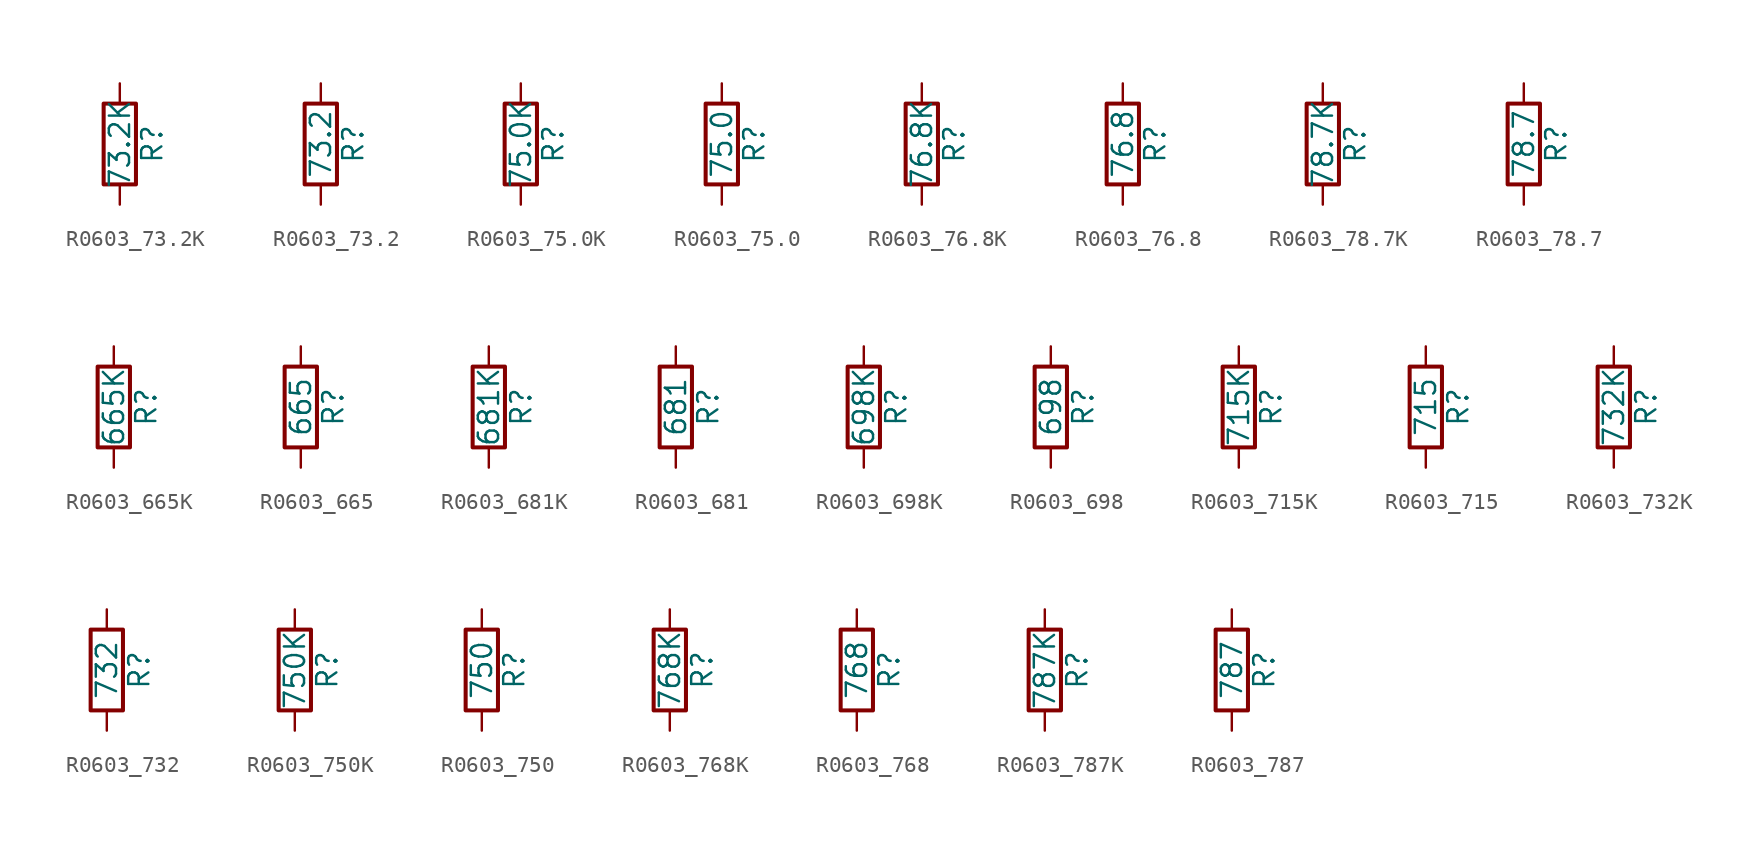
<source format=kicad_sym>
(kicad_symbol_lib
  (version 20211014)
  (generator atlantix-eda)
  (symbol "R0603_73.2K"
    (pin_numbers hide)
    (pin_names
      (offset 0))
    (property "Reference" "R"
      (at 2.032 0 90)
      (effects (font (size 1.27 1.27))))
    (property "Value" "73.2K"
      (at 0 0 90)
      (effects (font (size 1.27 1.27))))
    (symbol "R0603_73.2K_0_1"
      (rectangle (start -1.016 -2.54) (end 1.016 2.54) (stroke (width 0.254) (type default) (color 0 0 0 0)) (fill (type none))))
    (symbol "R0603_73.2K_1_1"
      (pin passive line (at 0 3.81 270) (length 1.27) (name "~" (effects (font (size 1.27 1.27)))) (number "1" (effects (font (size 1.27 1.27)))))
      (pin passive line (at 0 -3.81 90) (length 1.27) (name "~" (effects (font (size 1.27 1.27)))) (number "2" (effects (font (size 1.27 1.27)))))))
  (symbol "R0603_73.2"
    (pin_numbers hide)
    (pin_names
      (offset 0))
    (property "Reference" "R"
      (at 2.032 0 90)
      (effects (font (size 1.27 1.27))))
    (property "Value" "73.2"
      (at 0 0 90)
      (effects (font (size 1.27 1.27))))
    (symbol "R0603_73.2_0_1"
      (rectangle (start -1.016 -2.54) (end 1.016 2.54) (stroke (width 0.254) (type default) (color 0 0 0 0)) (fill (type none))))
    (symbol "R0603_73.2_1_1"
      (pin passive line (at 0 3.81 270) (length 1.27) (name "~" (effects (font (size 1.27 1.27)))) (number "1" (effects (font (size 1.27 1.27)))))
      (pin passive line (at 0 -3.81 90) (length 1.27) (name "~" (effects (font (size 1.27 1.27)))) (number "2" (effects (font (size 1.27 1.27)))))))
  (symbol "R0603_75.0K"
    (pin_numbers hide)
    (pin_names
      (offset 0))
    (property "Reference" "R"
      (at 2.032 0 90)
      (effects (font (size 1.27 1.27))))
    (property "Value" "75.0K"
      (at 0 0 90)
      (effects (font (size 1.27 1.27))))
    (symbol "R0603_75.0K_0_1"
      (rectangle (start -1.016 -2.54) (end 1.016 2.54) (stroke (width 0.254) (type default) (color 0 0 0 0)) (fill (type none))))
    (symbol "R0603_75.0K_1_1"
      (pin passive line (at 0 3.81 270) (length 1.27) (name "~" (effects (font (size 1.27 1.27)))) (number "1" (effects (font (size 1.27 1.27)))))
      (pin passive line (at 0 -3.81 90) (length 1.27) (name "~" (effects (font (size 1.27 1.27)))) (number "2" (effects (font (size 1.27 1.27)))))))
  (symbol "R0603_75.0"
    (pin_numbers hide)
    (pin_names
      (offset 0))
    (property "Reference" "R"
      (at 2.032 0 90)
      (effects (font (size 1.27 1.27))))
    (property "Value" "75.0"
      (at 0 0 90)
      (effects (font (size 1.27 1.27))))
    (symbol "R0603_75.0_0_1"
      (rectangle (start -1.016 -2.54) (end 1.016 2.54) (stroke (width 0.254) (type default) (color 0 0 0 0)) (fill (type none))))
    (symbol "R0603_75.0_1_1"
      (pin passive line (at 0 3.81 270) (length 1.27) (name "~" (effects (font (size 1.27 1.27)))) (number "1" (effects (font (size 1.27 1.27)))))
      (pin passive line (at 0 -3.81 90) (length 1.27) (name "~" (effects (font (size 1.27 1.27)))) (number "2" (effects (font (size 1.27 1.27)))))))
  (symbol "R0603_76.8K"
    (pin_numbers hide)
    (pin_names
      (offset 0))
    (property "Reference" "R"
      (at 2.032 0 90)
      (effects (font (size 1.27 1.27))))
    (property "Value" "76.8K"
      (at 0 0 90)
      (effects (font (size 1.27 1.27))))
    (symbol "R0603_76.8K_0_1"
      (rectangle (start -1.016 -2.54) (end 1.016 2.54) (stroke (width 0.254) (type default) (color 0 0 0 0)) (fill (type none))))
    (symbol "R0603_76.8K_1_1"
      (pin passive line (at 0 3.81 270) (length 1.27) (name "~" (effects (font (size 1.27 1.27)))) (number "1" (effects (font (size 1.27 1.27)))))
      (pin passive line (at 0 -3.81 90) (length 1.27) (name "~" (effects (font (size 1.27 1.27)))) (number "2" (effects (font (size 1.27 1.27)))))))
  (symbol "R0603_76.8"
    (pin_numbers hide)
    (pin_names
      (offset 0))
    (property "Reference" "R"
      (at 2.032 0 90)
      (effects (font (size 1.27 1.27))))
    (property "Value" "76.8"
      (at 0 0 90)
      (effects (font (size 1.27 1.27))))
    (symbol "R0603_76.8_0_1"
      (rectangle (start -1.016 -2.54) (end 1.016 2.54) (stroke (width 0.254) (type default) (color 0 0 0 0)) (fill (type none))))
    (symbol "R0603_76.8_1_1"
      (pin passive line (at 0 3.81 270) (length 1.27) (name "~" (effects (font (size 1.27 1.27)))) (number "1" (effects (font (size 1.27 1.27)))))
      (pin passive line (at 0 -3.81 90) (length 1.27) (name "~" (effects (font (size 1.27 1.27)))) (number "2" (effects (font (size 1.27 1.27)))))))
  (symbol "R0603_78.7K"
    (pin_numbers hide)
    (pin_names
      (offset 0))
    (property "Reference" "R"
      (at 2.032 0 90)
      (effects (font (size 1.27 1.27))))
    (property "Value" "78.7K"
      (at 0 0 90)
      (effects (font (size 1.27 1.27))))
    (symbol "R0603_78.7K_0_1"
      (rectangle (start -1.016 -2.54) (end 1.016 2.54) (stroke (width 0.254) (type default) (color 0 0 0 0)) (fill (type none))))
    (symbol "R0603_78.7K_1_1"
      (pin passive line (at 0 3.81 270) (length 1.27) (name "~" (effects (font (size 1.27 1.27)))) (number "1" (effects (font (size 1.27 1.27)))))
      (pin passive line (at 0 -3.81 90) (length 1.27) (name "~" (effects (font (size 1.27 1.27)))) (number "2" (effects (font (size 1.27 1.27)))))))
  (symbol "R0603_78.7"
    (pin_numbers hide)
    (pin_names
      (offset 0))
    (property "Reference" "R"
      (at 2.032 0 90)
      (effects (font (size 1.27 1.27))))
    (property "Value" "78.7"
      (at 0 0 90)
      (effects (font (size 1.27 1.27))))
    (symbol "R0603_78.7_0_1"
      (rectangle (start -1.016 -2.54) (end 1.016 2.54) (stroke (width 0.254) (type default) (color 0 0 0 0)) (fill (type none))))
    (symbol "R0603_78.7_1_1"
      (pin passive line (at 0 3.81 270) (length 1.27) (name "~" (effects (font (size 1.27 1.27)))) (number "1" (effects (font (size 1.27 1.27)))))
      (pin passive line (at 0 -3.81 90) (length 1.27) (name "~" (effects (font (size 1.27 1.27)))) (number "2" (effects (font (size 1.27 1.27)))))))
  (symbol "R0603_665K"
    (pin_numbers hide)
    (pin_names
      (offset 0))
    (property "Reference" "R"
      (at 2.032 0 90)
      (effects (font (size 1.27 1.27))))
    (property "Value" "665K"
      (at 0 0 90)
      (effects (font (size 1.27 1.27))))
    (symbol "R0603_665K_0_1"
      (rectangle (start -1.016 -2.54) (end 1.016 2.54) (stroke (width 0.254) (type default) (color 0 0 0 0)) (fill (type none))))
    (symbol "R0603_665K_1_1"
      (pin passive line (at 0 3.81 270) (length 1.27) (name "~" (effects (font (size 1.27 1.27)))) (number "1" (effects (font (size 1.27 1.27)))))
      (pin passive line (at 0 -3.81 90) (length 1.27) (name "~" (effects (font (size 1.27 1.27)))) (number "2" (effects (font (size 1.27 1.27)))))))
  (symbol "R0603_665"
    (pin_numbers hide)
    (pin_names
      (offset 0))
    (property "Reference" "R"
      (at 2.032 0 90)
      (effects (font (size 1.27 1.27))))
    (property "Value" "665"
      (at 0 0 90)
      (effects (font (size 1.27 1.27))))
    (symbol "R0603_665_0_1"
      (rectangle (start -1.016 -2.54) (end 1.016 2.54) (stroke (width 0.254) (type default) (color 0 0 0 0)) (fill (type none))))
    (symbol "R0603_665_1_1"
      (pin passive line (at 0 3.81 270) (length 1.27) (name "~" (effects (font (size 1.27 1.27)))) (number "1" (effects (font (size 1.27 1.27)))))
      (pin passive line (at 0 -3.81 90) (length 1.27) (name "~" (effects (font (size 1.27 1.27)))) (number "2" (effects (font (size 1.27 1.27)))))))
  (symbol "R0603_681K"
    (pin_numbers hide)
    (pin_names
      (offset 0))
    (property "Reference" "R"
      (at 2.032 0 90)
      (effects (font (size 1.27 1.27))))
    (property "Value" "681K"
      (at 0 0 90)
      (effects (font (size 1.27 1.27))))
    (symbol "R0603_681K_0_1"
      (rectangle (start -1.016 -2.54) (end 1.016 2.54) (stroke (width 0.254) (type default) (color 0 0 0 0)) (fill (type none))))
    (symbol "R0603_681K_1_1"
      (pin passive line (at 0 3.81 270) (length 1.27) (name "~" (effects (font (size 1.27 1.27)))) (number "1" (effects (font (size 1.27 1.27)))))
      (pin passive line (at 0 -3.81 90) (length 1.27) (name "~" (effects (font (size 1.27 1.27)))) (number "2" (effects (font (size 1.27 1.27)))))))
  (symbol "R0603_681"
    (pin_numbers hide)
    (pin_names
      (offset 0))
    (property "Reference" "R"
      (at 2.032 0 90)
      (effects (font (size 1.27 1.27))))
    (property "Value" "681"
      (at 0 0 90)
      (effects (font (size 1.27 1.27))))
    (symbol "R0603_681_0_1"
      (rectangle (start -1.016 -2.54) (end 1.016 2.54) (stroke (width 0.254) (type default) (color 0 0 0 0)) (fill (type none))))
    (symbol "R0603_681_1_1"
      (pin passive line (at 0 3.81 270) (length 1.27) (name "~" (effects (font (size 1.27 1.27)))) (number "1" (effects (font (size 1.27 1.27)))))
      (pin passive line (at 0 -3.81 90) (length 1.27) (name "~" (effects (font (size 1.27 1.27)))) (number "2" (effects (font (size 1.27 1.27)))))))
  (symbol "R0603_698K"
    (pin_numbers hide)
    (pin_names
      (offset 0))
    (property "Reference" "R"
      (at 2.032 0 90)
      (effects (font (size 1.27 1.27))))
    (property "Value" "698K"
      (at 0 0 90)
      (effects (font (size 1.27 1.27))))
    (symbol "R0603_698K_0_1"
      (rectangle (start -1.016 -2.54) (end 1.016 2.54) (stroke (width 0.254) (type default) (color 0 0 0 0)) (fill (type none))))
    (symbol "R0603_698K_1_1"
      (pin passive line (at 0 3.81 270) (length 1.27) (name "~" (effects (font (size 1.27 1.27)))) (number "1" (effects (font (size 1.27 1.27)))))
      (pin passive line (at 0 -3.81 90) (length 1.27) (name "~" (effects (font (size 1.27 1.27)))) (number "2" (effects (font (size 1.27 1.27)))))))
  (symbol "R0603_698"
    (pin_numbers hide)
    (pin_names
      (offset 0))
    (property "Reference" "R"
      (at 2.032 0 90)
      (effects (font (size 1.27 1.27))))
    (property "Value" "698"
      (at 0 0 90)
      (effects (font (size 1.27 1.27))))
    (symbol "R0603_698_0_1"
      (rectangle (start -1.016 -2.54) (end 1.016 2.54) (stroke (width 0.254) (type default) (color 0 0 0 0)) (fill (type none))))
    (symbol "R0603_698_1_1"
      (pin passive line (at 0 3.81 270) (length 1.27) (name "~" (effects (font (size 1.27 1.27)))) (number "1" (effects (font (size 1.27 1.27)))))
      (pin passive line (at 0 -3.81 90) (length 1.27) (name "~" (effects (font (size 1.27 1.27)))) (number "2" (effects (font (size 1.27 1.27)))))))
  (symbol "R0603_715K"
    (pin_numbers hide)
    (pin_names
      (offset 0))
    (property "Reference" "R"
      (at 2.032 0 90)
      (effects (font (size 1.27 1.27))))
    (property "Value" "715K"
      (at 0 0 90)
      (effects (font (size 1.27 1.27))))
    (symbol "R0603_715K_0_1"
      (rectangle (start -1.016 -2.54) (end 1.016 2.54) (stroke (width 0.254) (type default) (color 0 0 0 0)) (fill (type none))))
    (symbol "R0603_715K_1_1"
      (pin passive line (at 0 3.81 270) (length 1.27) (name "~" (effects (font (size 1.27 1.27)))) (number "1" (effects (font (size 1.27 1.27)))))
      (pin passive line (at 0 -3.81 90) (length 1.27) (name "~" (effects (font (size 1.27 1.27)))) (number "2" (effects (font (size 1.27 1.27)))))))
  (symbol "R0603_715"
    (pin_numbers hide)
    (pin_names
      (offset 0))
    (property "Reference" "R"
      (at 2.032 0 90)
      (effects (font (size 1.27 1.27))))
    (property "Value" "715"
      (at 0 0 90)
      (effects (font (size 1.27 1.27))))
    (symbol "R0603_715_0_1"
      (rectangle (start -1.016 -2.54) (end 1.016 2.54) (stroke (width 0.254) (type default) (color 0 0 0 0)) (fill (type none))))
    (symbol "R0603_715_1_1"
      (pin passive line (at 0 3.81 270) (length 1.27) (name "~" (effects (font (size 1.27 1.27)))) (number "1" (effects (font (size 1.27 1.27)))))
      (pin passive line (at 0 -3.81 90) (length 1.27) (name "~" (effects (font (size 1.27 1.27)))) (number "2" (effects (font (size 1.27 1.27)))))))
  (symbol "R0603_732K"
    (pin_numbers hide)
    (pin_names
      (offset 0))
    (property "Reference" "R"
      (at 2.032 0 90)
      (effects (font (size 1.27 1.27))))
    (property "Value" "732K"
      (at 0 0 90)
      (effects (font (size 1.27 1.27))))
    (symbol "R0603_732K_0_1"
      (rectangle (start -1.016 -2.54) (end 1.016 2.54) (stroke (width 0.254) (type default) (color 0 0 0 0)) (fill (type none))))
    (symbol "R0603_732K_1_1"
      (pin passive line (at 0 3.81 270) (length 1.27) (name "~" (effects (font (size 1.27 1.27)))) (number "1" (effects (font (size 1.27 1.27)))))
      (pin passive line (at 0 -3.81 90) (length 1.27) (name "~" (effects (font (size 1.27 1.27)))) (number "2" (effects (font (size 1.27 1.27)))))))
  (symbol "R0603_732"
    (pin_numbers hide)
    (pin_names
      (offset 0))
    (property "Reference" "R"
      (at 2.032 0 90)
      (effects (font (size 1.27 1.27))))
    (property "Value" "732"
      (at 0 0 90)
      (effects (font (size 1.27 1.27))))
    (symbol "R0603_732_0_1"
      (rectangle (start -1.016 -2.54) (end 1.016 2.54) (stroke (width 0.254) (type default) (color 0 0 0 0)) (fill (type none))))
    (symbol "R0603_732_1_1"
      (pin passive line (at 0 3.81 270) (length 1.27) (name "~" (effects (font (size 1.27 1.27)))) (number "1" (effects (font (size 1.27 1.27)))))
      (pin passive line (at 0 -3.81 90) (length 1.27) (name "~" (effects (font (size 1.27 1.27)))) (number "2" (effects (font (size 1.27 1.27)))))))
  (symbol "R0603_750K"
    (pin_numbers hide)
    (pin_names
      (offset 0))
    (property "Reference" "R"
      (at 2.032 0 90)
      (effects (font (size 1.27 1.27))))
    (property "Value" "750K"
      (at 0 0 90)
      (effects (font (size 1.27 1.27))))
    (symbol "R0603_750K_0_1"
      (rectangle (start -1.016 -2.54) (end 1.016 2.54) (stroke (width 0.254) (type default) (color 0 0 0 0)) (fill (type none))))
    (symbol "R0603_750K_1_1"
      (pin passive line (at 0 3.81 270) (length 1.27) (name "~" (effects (font (size 1.27 1.27)))) (number "1" (effects (font (size 1.27 1.27)))))
      (pin passive line (at 0 -3.81 90) (length 1.27) (name "~" (effects (font (size 1.27 1.27)))) (number "2" (effects (font (size 1.27 1.27)))))))
  (symbol "R0603_750"
    (pin_numbers hide)
    (pin_names
      (offset 0))
    (property "Reference" "R"
      (at 2.032 0 90)
      (effects (font (size 1.27 1.27))))
    (property "Value" "750"
      (at 0 0 90)
      (effects (font (size 1.27 1.27))))
    (symbol "R0603_750_0_1"
      (rectangle (start -1.016 -2.54) (end 1.016 2.54) (stroke (width 0.254) (type default) (color 0 0 0 0)) (fill (type none))))
    (symbol "R0603_750_1_1"
      (pin passive line (at 0 3.81 270) (length 1.27) (name "~" (effects (font (size 1.27 1.27)))) (number "1" (effects (font (size 1.27 1.27)))))
      (pin passive line (at 0 -3.81 90) (length 1.27) (name "~" (effects (font (size 1.27 1.27)))) (number "2" (effects (font (size 1.27 1.27)))))))
  (symbol "R0603_768K"
    (pin_numbers hide)
    (pin_names
      (offset 0))
    (property "Reference" "R"
      (at 2.032 0 90)
      (effects (font (size 1.27 1.27))))
    (property "Value" "768K"
      (at 0 0 90)
      (effects (font (size 1.27 1.27))))
    (symbol "R0603_768K_0_1"
      (rectangle (start -1.016 -2.54) (end 1.016 2.54) (stroke (width 0.254) (type default) (color 0 0 0 0)) (fill (type none))))
    (symbol "R0603_768K_1_1"
      (pin passive line (at 0 3.81 270) (length 1.27) (name "~" (effects (font (size 1.27 1.27)))) (number "1" (effects (font (size 1.27 1.27)))))
      (pin passive line (at 0 -3.81 90) (length 1.27) (name "~" (effects (font (size 1.27 1.27)))) (number "2" (effects (font (size 1.27 1.27)))))))
  (symbol "R0603_768"
    (pin_numbers hide)
    (pin_names
      (offset 0))
    (property "Reference" "R"
      (at 2.032 0 90)
      (effects (font (size 1.27 1.27))))
    (property "Value" "768"
      (at 0 0 90)
      (effects (font (size 1.27 1.27))))
    (symbol "R0603_768_0_1"
      (rectangle (start -1.016 -2.54) (end 1.016 2.54) (stroke (width 0.254) (type default) (color 0 0 0 0)) (fill (type none))))
    (symbol "R0603_768_1_1"
      (pin passive line (at 0 3.81 270) (length 1.27) (name "~" (effects (font (size 1.27 1.27)))) (number "1" (effects (font (size 1.27 1.27)))))
      (pin passive line (at 0 -3.81 90) (length 1.27) (name "~" (effects (font (size 1.27 1.27)))) (number "2" (effects (font (size 1.27 1.27)))))))
  (symbol "R0603_787K"
    (pin_numbers hide)
    (pin_names
      (offset 0))
    (property "Reference" "R"
      (at 2.032 0 90)
      (effects (font (size 1.27 1.27))))
    (property "Value" "787K"
      (at 0 0 90)
      (effects (font (size 1.27 1.27))))
    (symbol "R0603_787K_0_1"
      (rectangle (start -1.016 -2.54) (end 1.016 2.54) (stroke (width 0.254) (type default) (color 0 0 0 0)) (fill (type none))))
    (symbol "R0603_787K_1_1"
      (pin passive line (at 0 3.81 270) (length 1.27) (name "~" (effects (font (size 1.27 1.27)))) (number "1" (effects (font (size 1.27 1.27)))))
      (pin passive line (at 0 -3.81 90) (length 1.27) (name "~" (effects (font (size 1.27 1.27)))) (number "2" (effects (font (size 1.27 1.27)))))))
  (symbol "R0603_787"
    (pin_numbers hide)
    (pin_names
      (offset 0))
    (property "Reference" "R"
      (at 2.032 0 90)
      (effects (font (size 1.27 1.27))))
    (property "Value" "787"
      (at 0 0 90)
      (effects (font (size 1.27 1.27))))
    (symbol "R0603_787_0_1"
      (rectangle (start -1.016 -2.54) (end 1.016 2.54) (stroke (width 0.254) (type default) (color 0 0 0 0)) (fill (type none))))
    (symbol "R0603_787_1_1"
      (pin passive line (at 0 3.81 270) (length 1.27) (name "~" (effects (font (size 1.27 1.27)))) (number "1" (effects (font (size 1.27 1.27)))))
      (pin passive line (at 0 -3.81 90) (length 1.27) (name "~" (effects (font (size 1.27 1.27)))) (number "2" (effects (font (size 1.27 1.27))))))))
</source>
